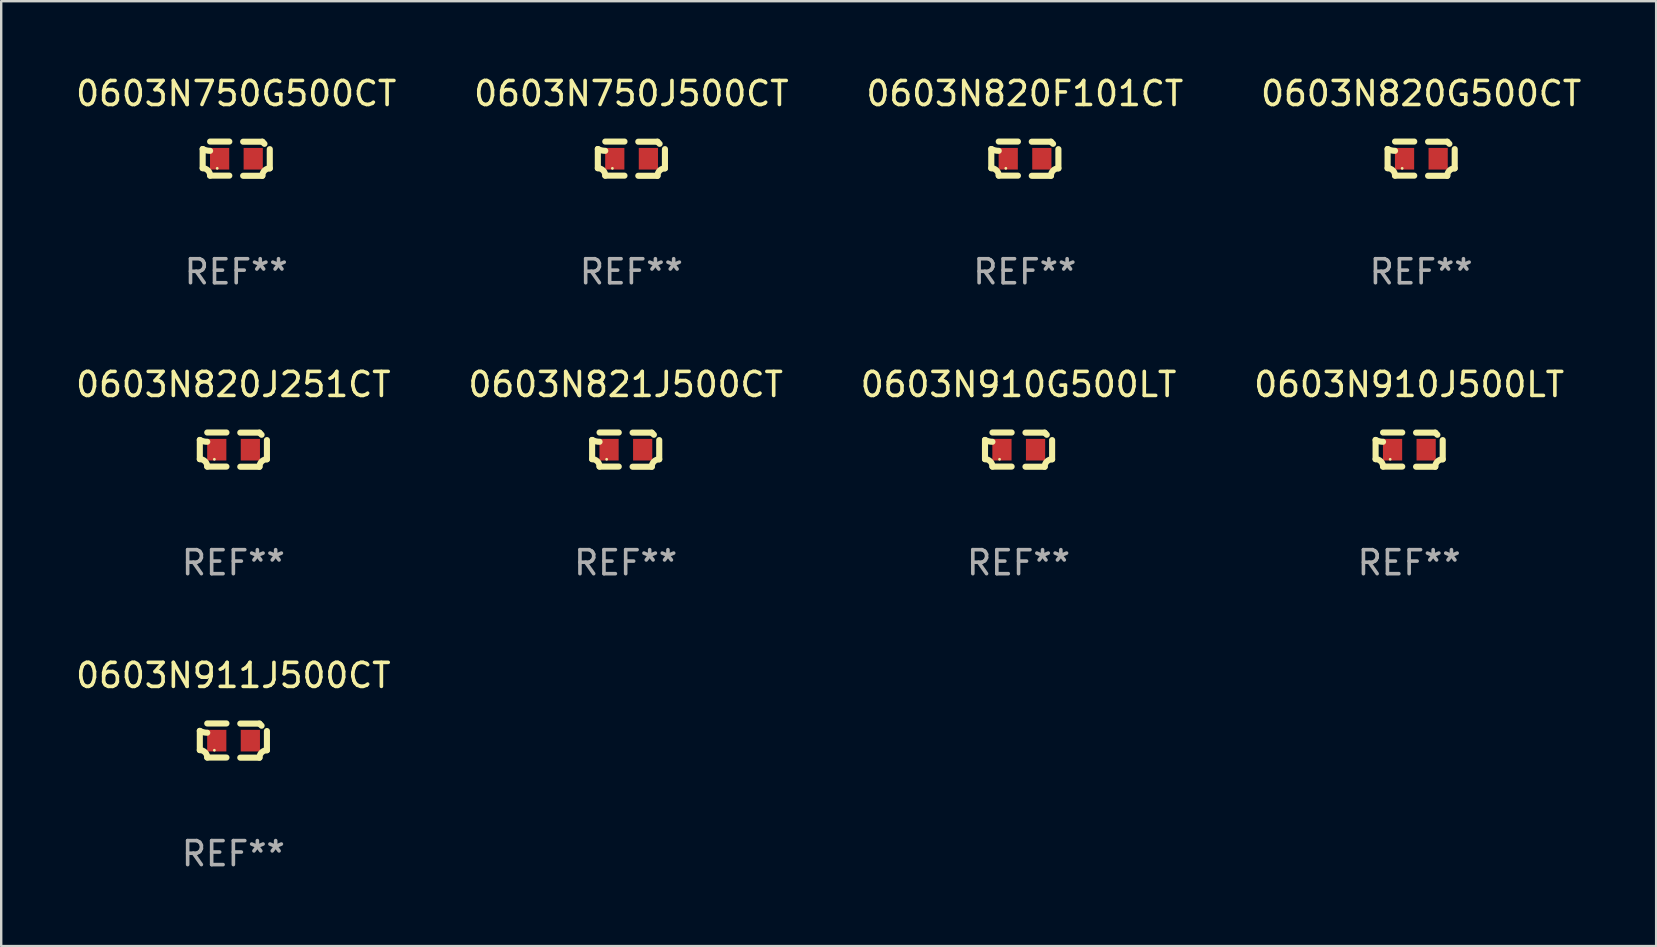
<source format=kicad_pcb>
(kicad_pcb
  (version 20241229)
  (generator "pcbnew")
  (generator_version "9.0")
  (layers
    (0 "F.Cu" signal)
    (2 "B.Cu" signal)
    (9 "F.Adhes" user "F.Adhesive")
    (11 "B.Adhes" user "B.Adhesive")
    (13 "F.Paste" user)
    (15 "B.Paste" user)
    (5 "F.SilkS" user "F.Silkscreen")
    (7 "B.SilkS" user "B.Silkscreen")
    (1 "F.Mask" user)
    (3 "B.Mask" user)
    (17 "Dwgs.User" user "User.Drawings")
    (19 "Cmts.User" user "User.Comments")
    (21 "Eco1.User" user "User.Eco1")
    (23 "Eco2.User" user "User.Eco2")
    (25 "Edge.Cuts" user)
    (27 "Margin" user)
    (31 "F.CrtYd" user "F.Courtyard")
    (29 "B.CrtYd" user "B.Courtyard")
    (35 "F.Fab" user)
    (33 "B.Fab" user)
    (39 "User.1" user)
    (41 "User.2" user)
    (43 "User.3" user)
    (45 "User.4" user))
  (footprint "0603N820F101CT"
    (layer "F.Cu")
    (at 39.649 3.561)
    (property "Reference" "0603N820F101CT" (at 0 -2.713 0) (layer "F.SilkS") (effects (font (size 1 1) (thickness 0.15))))
    (attr through_hole)
    (fp_line (start -1.398 -0.403) (end -1.398 0.397) (stroke (width 0.254) (type solid)) (layer "F.SilkS"))
    (fp_line (start -0.288 -0.713) (end -1.088 -0.713) (stroke (width 0.254) (type solid)) (layer "F.SilkS"))
    (fp_line (start -0.288 0.707) (end -1.088 0.707) (stroke (width 0.254) (type solid)) (layer "F.SilkS"))
    (fp_line (start 0.288 -0.707) (end 1.088 -0.707) (stroke (width 0.254) (type solid)) (layer "F.SilkS"))
    (fp_line (start 0.288 0.713) (end 1.088 0.713) (stroke (width 0.254) (type solid)) (layer "F.SilkS"))
    (fp_line (start 1.398 -0.397) (end 1.398 0.403) (stroke (width 0.254) (type solid)) (layer "F.SilkS"))
    (fp_arc (start -1.397789 0.397066) (mid -1.178701 0.487826) (end -1.08796 0.706922) (stroke (width 0.254001) (type solid)) (layer "F.SilkS"))
    (fp_arc (start -1.08796 -0.327176) (mid -1.247436 -0.346384) (end -1.39779 -0.402908) (stroke (width 0.254001) (type solid)) (layer "F.SilkS"))
    (fp_arc (start 1.087909 0.712738) (mid 1.178656 0.493655) (end 1.397739 0.402908) (stroke (width 0.254001) (type solid)) (layer "F.SilkS"))
    (fp_arc (start 1.175925 -0.618926) (mid 1.131917 -0.662923) (end 1.08791 -0.706922) (stroke (width 0.254001) (type solid)) (layer "F.SilkS"))
    (fp_circle (center -0.792 0.403) (end -0.762 0.403) (stroke (width 0.06) (type solid)) (fill no) (layer "F.SilkS"))
    (fp_text user "REF**" (at 0 4.713 0) (layer "F.Fab") (effects (font (size 1 1) (thickness 0.15))))
    (pad "1" smd rect (at -0.692 0.003) (size 0.8 0.9) (layers "F.Cu" "F.Mask" "F.Paste"))
    (pad "2" smd rect (at 0.708 0.003) (size 0.8 0.9) (layers "F.Cu" "F.Mask" "F.Paste")))
  (footprint "0603N821J500CT"
    (layer "F.Cu")
    (at 23.018 15.683)
    (property "Reference" "0603N821J500CT" (at 0 -2.713 0) (layer "F.SilkS") (effects (font (size 1 1) (thickness 0.15))))
    (attr through_hole)
    (fp_line (start -1.398 -0.403) (end -1.398 0.397) (stroke (width 0.254) (type solid)) (layer "F.SilkS"))
    (fp_line (start -0.288 -0.713) (end -1.088 -0.713) (stroke (width 0.254) (type solid)) (layer "F.SilkS"))
    (fp_line (start -0.288 0.707) (end -1.088 0.707) (stroke (width 0.254) (type solid)) (layer "F.SilkS"))
    (fp_line (start 0.288 -0.707) (end 1.088 -0.707) (stroke (width 0.254) (type solid)) (layer "F.SilkS"))
    (fp_line (start 0.288 0.713) (end 1.088 0.713) (stroke (width 0.254) (type solid)) (layer "F.SilkS"))
    (fp_line (start 1.398 -0.397) (end 1.398 0.403) (stroke (width 0.254) (type solid)) (layer "F.SilkS"))
    (fp_arc (start -1.397789 0.397066) (mid -1.178701 0.487826) (end -1.08796 0.706922) (stroke (width 0.254001) (type solid)) (layer "F.SilkS"))
    (fp_arc (start -1.08796 -0.327176) (mid -1.247436 -0.346384) (end -1.39779 -0.402908) (stroke (width 0.254001) (type solid)) (layer "F.SilkS"))
    (fp_arc (start 1.087909 0.712738) (mid 1.178656 0.493655) (end 1.397739 0.402908) (stroke (width 0.254001) (type solid)) (layer "F.SilkS"))
    (fp_arc (start 1.175925 -0.618926) (mid 1.131917 -0.662923) (end 1.08791 -0.706922) (stroke (width 0.254001) (type solid)) (layer "F.SilkS"))
    (fp_circle (center -0.792 0.403) (end -0.762 0.403) (stroke (width 0.06) (type solid)) (fill no) (layer "F.SilkS"))
    (fp_text user "REF**" (at 0 4.713 0) (layer "F.Fab") (effects (font (size 1 1) (thickness 0.15))))
    (pad "1" smd rect (at -0.692 0.003) (size 0.8 0.9) (layers "F.Cu" "F.Mask" "F.Paste"))
    (pad "2" smd rect (at 0.708 0.003) (size 0.8 0.9) (layers "F.Cu" "F.Mask" "F.Paste")))
  (footprint "0603N750J500CT"
    (layer "F.Cu")
    (at 23.256 3.561)
    (property "Reference" "0603N750J500CT" (at 0 -2.713 0) (layer "F.SilkS") (effects (font (size 1 1) (thickness 0.15))))
    (attr through_hole)
    (fp_line (start -1.398 -0.403) (end -1.398 0.397) (stroke (width 0.254) (type solid)) (layer "F.SilkS"))
    (fp_line (start -0.288 -0.713) (end -1.088 -0.713) (stroke (width 0.254) (type solid)) (layer "F.SilkS"))
    (fp_line (start -0.288 0.707) (end -1.088 0.707) (stroke (width 0.254) (type solid)) (layer "F.SilkS"))
    (fp_line (start 0.288 -0.707) (end 1.088 -0.707) (stroke (width 0.254) (type solid)) (layer "F.SilkS"))
    (fp_line (start 0.288 0.713) (end 1.088 0.713) (stroke (width 0.254) (type solid)) (layer "F.SilkS"))
    (fp_line (start 1.398 -0.397) (end 1.398 0.403) (stroke (width 0.254) (type solid)) (layer "F.SilkS"))
    (fp_arc (start -1.397789 0.397066) (mid -1.178701 0.487826) (end -1.08796 0.706922) (stroke (width 0.254001) (type solid)) (layer "F.SilkS"))
    (fp_arc (start -1.08796 -0.327176) (mid -1.247436 -0.346384) (end -1.39779 -0.402908) (stroke (width 0.254001) (type solid)) (layer "F.SilkS"))
    (fp_arc (start 1.087909 0.712738) (mid 1.178656 0.493655) (end 1.397739 0.402908) (stroke (width 0.254001) (type solid)) (layer "F.SilkS"))
    (fp_arc (start 1.175925 -0.618926) (mid 1.131917 -0.662923) (end 1.08791 -0.706922) (stroke (width 0.254001) (type solid)) (layer "F.SilkS"))
    (fp_circle (center -0.792 0.403) (end -0.762 0.403) (stroke (width 0.06) (type solid)) (fill no) (layer "F.SilkS"))
    (fp_text user "REF**" (at 0 4.713 0) (layer "F.Fab") (effects (font (size 1 1) (thickness 0.15))))
    (pad "1" smd rect (at -0.692 0.003) (size 0.8 0.9) (layers "F.Cu" "F.Mask" "F.Paste"))
    (pad "2" smd rect (at 0.708 0.003) (size 0.8 0.9) (layers "F.Cu" "F.Mask" "F.Paste")))
  (footprint "0603N910J500LT"
    (layer "F.Cu")
    (at 55.661 15.683)
    (property "Reference" "0603N910J500LT" (at 0 -2.713 0) (layer "F.SilkS") (effects (font (size 1 1) (thickness 0.15))))
    (attr through_hole)
    (fp_line (start -1.398 -0.403) (end -1.398 0.397) (stroke (width 0.254) (type solid)) (layer "F.SilkS"))
    (fp_line (start -0.288 -0.713) (end -1.088 -0.713) (stroke (width 0.254) (type solid)) (layer "F.SilkS"))
    (fp_line (start -0.288 0.707) (end -1.088 0.707) (stroke (width 0.254) (type solid)) (layer "F.SilkS"))
    (fp_line (start 0.288 -0.707) (end 1.088 -0.707) (stroke (width 0.254) (type solid)) (layer "F.SilkS"))
    (fp_line (start 0.288 0.713) (end 1.088 0.713) (stroke (width 0.254) (type solid)) (layer "F.SilkS"))
    (fp_line (start 1.398 -0.397) (end 1.398 0.403) (stroke (width 0.254) (type solid)) (layer "F.SilkS"))
    (fp_arc (start -1.397789 0.397066) (mid -1.178701 0.487826) (end -1.08796 0.706922) (stroke (width 0.254001) (type solid)) (layer "F.SilkS"))
    (fp_arc (start -1.08796 -0.327176) (mid -1.247436 -0.346384) (end -1.39779 -0.402908) (stroke (width 0.254001) (type solid)) (layer "F.SilkS"))
    (fp_arc (start 1.087909 0.712738) (mid 1.178656 0.493655) (end 1.397739 0.402908) (stroke (width 0.254001) (type solid)) (layer "F.SilkS"))
    (fp_arc (start 1.175925 -0.618926) (mid 1.131917 -0.662923) (end 1.08791 -0.706922) (stroke (width 0.254001) (type solid)) (layer "F.SilkS"))
    (fp_circle (center -0.792 0.403) (end -0.762 0.403) (stroke (width 0.06) (type solid)) (fill no) (layer "F.SilkS"))
    (fp_text user "REF**" (at 0 4.713 0) (layer "F.Fab") (effects (font (size 1 1) (thickness 0.15))))
    (pad "1" smd rect (at -0.692 0.003) (size 0.8 0.9) (layers "F.Cu" "F.Mask" "F.Paste"))
    (pad "2" smd rect (at 0.708 0.003) (size 0.8 0.9) (layers "F.Cu" "F.Mask" "F.Paste")))
  (footprint "0603N911J500CT"
    (layer "F.Cu")
    (at 6.673 27.805)
    (property "Reference" "0603N911J500CT" (at 0 -2.713 0) (layer "F.SilkS") (effects (font (size 1 1) (thickness 0.15))))
    (attr through_hole)
    (fp_line (start -1.398 -0.403) (end -1.398 0.397) (stroke (width 0.254) (type solid)) (layer "F.SilkS"))
    (fp_line (start -0.288 -0.713) (end -1.088 -0.713) (stroke (width 0.254) (type solid)) (layer "F.SilkS"))
    (fp_line (start -0.288 0.707) (end -1.088 0.707) (stroke (width 0.254) (type solid)) (layer "F.SilkS"))
    (fp_line (start 0.288 -0.707) (end 1.088 -0.707) (stroke (width 0.254) (type solid)) (layer "F.SilkS"))
    (fp_line (start 0.288 0.713) (end 1.088 0.713) (stroke (width 0.254) (type solid)) (layer "F.SilkS"))
    (fp_line (start 1.398 -0.397) (end 1.398 0.403) (stroke (width 0.254) (type solid)) (layer "F.SilkS"))
    (fp_arc (start -1.397789 0.397066) (mid -1.178701 0.487826) (end -1.08796 0.706922) (stroke (width 0.254001) (type solid)) (layer "F.SilkS"))
    (fp_arc (start -1.08796 -0.327176) (mid -1.247436 -0.346384) (end -1.39779 -0.402908) (stroke (width 0.254001) (type solid)) (layer "F.SilkS"))
    (fp_arc (start 1.087909 0.712738) (mid 1.178656 0.493655) (end 1.397739 0.402908) (stroke (width 0.254001) (type solid)) (layer "F.SilkS"))
    (fp_arc (start 1.175925 -0.618926) (mid 1.131917 -0.662923) (end 1.08791 -0.706922) (stroke (width 0.254001) (type solid)) (layer "F.SilkS"))
    (fp_circle (center -0.792 0.403) (end -0.762 0.403) (stroke (width 0.06) (type solid)) (fill no) (layer "F.SilkS"))
    (fp_text user "REF**" (at 0 4.713 0) (layer "F.Fab") (effects (font (size 1 1) (thickness 0.15))))
    (pad "1" smd rect (at -0.692 0.003) (size 0.8 0.9) (layers "F.Cu" "F.Mask" "F.Paste"))
    (pad "2" smd rect (at 0.708 0.003) (size 0.8 0.9) (layers "F.Cu" "F.Mask" "F.Paste")))
  (footprint "0603N910G500LT"
    (layer "F.Cu")
    (at 39.387 15.683)
    (property "Reference" "0603N910G500LT" (at 0 -2.713 0) (layer "F.SilkS") (effects (font (size 1 1) (thickness 0.15))))
    (attr through_hole)
    (fp_line (start -1.398 -0.403) (end -1.398 0.397) (stroke (width 0.254) (type solid)) (layer "F.SilkS"))
    (fp_line (start -0.288 -0.713) (end -1.088 -0.713) (stroke (width 0.254) (type solid)) (layer "F.SilkS"))
    (fp_line (start -0.288 0.707) (end -1.088 0.707) (stroke (width 0.254) (type solid)) (layer "F.SilkS"))
    (fp_line (start 0.288 -0.707) (end 1.088 -0.707) (stroke (width 0.254) (type solid)) (layer "F.SilkS"))
    (fp_line (start 0.288 0.713) (end 1.088 0.713) (stroke (width 0.254) (type solid)) (layer "F.SilkS"))
    (fp_line (start 1.398 -0.397) (end 1.398 0.403) (stroke (width 0.254) (type solid)) (layer "F.SilkS"))
    (fp_arc (start -1.397789 0.397066) (mid -1.178701 0.487826) (end -1.08796 0.706922) (stroke (width 0.254001) (type solid)) (layer "F.SilkS"))
    (fp_arc (start -1.08796 -0.327176) (mid -1.247436 -0.346384) (end -1.39779 -0.402908) (stroke (width 0.254001) (type solid)) (layer "F.SilkS"))
    (fp_arc (start 1.087909 0.712738) (mid 1.178656 0.493655) (end 1.397739 0.402908) (stroke (width 0.254001) (type solid)) (layer "F.SilkS"))
    (fp_arc (start 1.175925 -0.618926) (mid 1.131917 -0.662923) (end 1.08791 -0.706922) (stroke (width 0.254001) (type solid)) (layer "F.SilkS"))
    (fp_circle (center -0.792 0.403) (end -0.762 0.403) (stroke (width 0.06) (type solid)) (fill no) (layer "F.SilkS"))
    (fp_text user "REF**" (at 0 4.713 0) (layer "F.Fab") (effects (font (size 1 1) (thickness 0.15))))
    (pad "1" smd rect (at -0.692 0.003) (size 0.8 0.9) (layers "F.Cu" "F.Mask" "F.Paste"))
    (pad "2" smd rect (at 0.708 0.003) (size 0.8 0.9) (layers "F.Cu" "F.Mask" "F.Paste")))
  (footprint "0603N750G500CT"
    (layer "F.Cu")
    (at 6.792 3.561)
    (property "Reference" "0603N750G500CT" (at 0 -2.713 0) (layer "F.SilkS") (effects (font (size 1 1) (thickness 0.15))))
    (attr through_hole)
    (fp_line (start -1.398 -0.403) (end -1.398 0.397) (stroke (width 0.254) (type solid)) (layer "F.SilkS"))
    (fp_line (start -0.288 -0.713) (end -1.088 -0.713) (stroke (width 0.254) (type solid)) (layer "F.SilkS"))
    (fp_line (start -0.288 0.707) (end -1.088 0.707) (stroke (width 0.254) (type solid)) (layer "F.SilkS"))
    (fp_line (start 0.288 -0.707) (end 1.088 -0.707) (stroke (width 0.254) (type solid)) (layer "F.SilkS"))
    (fp_line (start 0.288 0.713) (end 1.088 0.713) (stroke (width 0.254) (type solid)) (layer "F.SilkS"))
    (fp_line (start 1.398 -0.397) (end 1.398 0.403) (stroke (width 0.254) (type solid)) (layer "F.SilkS"))
    (fp_arc (start -1.397789 0.397066) (mid -1.178701 0.487826) (end -1.08796 0.706922) (stroke (width 0.254001) (type solid)) (layer "F.SilkS"))
    (fp_arc (start -1.08796 -0.327176) (mid -1.247436 -0.346384) (end -1.39779 -0.402908) (stroke (width 0.254001) (type solid)) (layer "F.SilkS"))
    (fp_arc (start 1.087909 0.712738) (mid 1.178656 0.493655) (end 1.397739 0.402908) (stroke (width 0.254001) (type solid)) (layer "F.SilkS"))
    (fp_arc (start 1.175925 -0.618926) (mid 1.131917 -0.662923) (end 1.08791 -0.706922) (stroke (width 0.254001) (type solid)) (layer "F.SilkS"))
    (fp_circle (center -0.792 0.403) (end -0.762 0.403) (stroke (width 0.06) (type solid)) (fill no) (layer "F.SilkS"))
    (fp_text user "REF**" (at 0 4.713 0) (layer "F.Fab") (effects (font (size 1 1) (thickness 0.15))))
    (pad "1" smd rect (at -0.692 0.003) (size 0.8 0.9) (layers "F.Cu" "F.Mask" "F.Paste"))
    (pad "2" smd rect (at 0.708 0.003) (size 0.8 0.9) (layers "F.Cu" "F.Mask" "F.Paste")))
  (footprint "0603N820J251CT"
    (layer "F.Cu")
    (at 6.673 15.683)
    (property "Reference" "0603N820J251CT" (at 0 -2.713 0) (layer "F.SilkS") (effects (font (size 1 1) (thickness 0.15))))
    (attr through_hole)
    (fp_line (start -1.398 -0.403) (end -1.398 0.397) (stroke (width 0.254) (type solid)) (layer "F.SilkS"))
    (fp_line (start -0.288 -0.713) (end -1.088 -0.713) (stroke (width 0.254) (type solid)) (layer "F.SilkS"))
    (fp_line (start -0.288 0.707) (end -1.088 0.707) (stroke (width 0.254) (type solid)) (layer "F.SilkS"))
    (fp_line (start 0.288 -0.707) (end 1.088 -0.707) (stroke (width 0.254) (type solid)) (layer "F.SilkS"))
    (fp_line (start 0.288 0.713) (end 1.088 0.713) (stroke (width 0.254) (type solid)) (layer "F.SilkS"))
    (fp_line (start 1.398 -0.397) (end 1.398 0.403) (stroke (width 0.254) (type solid)) (layer "F.SilkS"))
    (fp_arc (start -1.397789 0.397066) (mid -1.178701 0.487826) (end -1.08796 0.706922) (stroke (width 0.254001) (type solid)) (layer "F.SilkS"))
    (fp_arc (start -1.08796 -0.327176) (mid -1.247436 -0.346384) (end -1.39779 -0.402908) (stroke (width 0.254001) (type solid)) (layer "F.SilkS"))
    (fp_arc (start 1.087909 0.712738) (mid 1.178656 0.493655) (end 1.397739 0.402908) (stroke (width 0.254001) (type solid)) (layer "F.SilkS"))
    (fp_arc (start 1.175925 -0.618926) (mid 1.131917 -0.662923) (end 1.08791 -0.706922) (stroke (width 0.254001) (type solid)) (layer "F.SilkS"))
    (fp_circle (center -0.792 0.403) (end -0.762 0.403) (stroke (width 0.06) (type solid)) (fill no) (layer "F.SilkS"))
    (fp_text user "REF**" (at 0 4.713 0) (layer "F.Fab") (effects (font (size 1 1) (thickness 0.15))))
    (pad "1" smd rect (at -0.692 0.003) (size 0.8 0.9) (layers "F.Cu" "F.Mask" "F.Paste"))
    (pad "2" smd rect (at 0.708 0.003) (size 0.8 0.9) (layers "F.Cu" "F.Mask" "F.Paste")))
  (footprint "0603N820G500CT"
    (layer "F.Cu")
    (at 56.161 3.561)
    (property "Reference" "0603N820G500CT" (at 0 -2.713 0) (layer "F.SilkS") (effects (font (size 1 1) (thickness 0.15))))
    (attr through_hole)
    (fp_line (start -1.398 -0.403) (end -1.398 0.397) (stroke (width 0.254) (type solid)) (layer "F.SilkS"))
    (fp_line (start -0.288 -0.713) (end -1.088 -0.713) (stroke (width 0.254) (type solid)) (layer "F.SilkS"))
    (fp_line (start -0.288 0.707) (end -1.088 0.707) (stroke (width 0.254) (type solid)) (layer "F.SilkS"))
    (fp_line (start 0.288 -0.707) (end 1.088 -0.707) (stroke (width 0.254) (type solid)) (layer "F.SilkS"))
    (fp_line (start 0.288 0.713) (end 1.088 0.713) (stroke (width 0.254) (type solid)) (layer "F.SilkS"))
    (fp_line (start 1.398 -0.397) (end 1.398 0.403) (stroke (width 0.254) (type solid)) (layer "F.SilkS"))
    (fp_arc (start -1.397789 0.397066) (mid -1.178701 0.487826) (end -1.08796 0.706922) (stroke (width 0.254001) (type solid)) (layer "F.SilkS"))
    (fp_arc (start -1.08796 -0.327176) (mid -1.247436 -0.346384) (end -1.39779 -0.402908) (stroke (width 0.254001) (type solid)) (layer "F.SilkS"))
    (fp_arc (start 1.087909 0.712738) (mid 1.178656 0.493655) (end 1.397739 0.402908) (stroke (width 0.254001) (type solid)) (layer "F.SilkS"))
    (fp_arc (start 1.175925 -0.618926) (mid 1.131917 -0.662923) (end 1.08791 -0.706922) (stroke (width 0.254001) (type solid)) (layer "F.SilkS"))
    (fp_circle (center -0.792 0.403) (end -0.762 0.403) (stroke (width 0.06) (type solid)) (fill no) (layer "F.SilkS"))
    (fp_text user "REF**" (at 0 4.713 0) (layer "F.Fab") (effects (font (size 1 1) (thickness 0.15))))
    (pad "1" smd rect (at -0.692 0.003) (size 0.8 0.9) (layers "F.Cu" "F.Mask" "F.Paste"))
    (pad "2" smd rect (at 0.708 0.003) (size 0.8 0.9) (layers "F.Cu" "F.Mask" "F.Paste")))
  (gr_rect
    (start -3 -3)
    (end 65.952 36.366)
    (stroke (width 0.1) (type default))
    (fill no)
    (layer "Edge.Cuts")))
</source>
